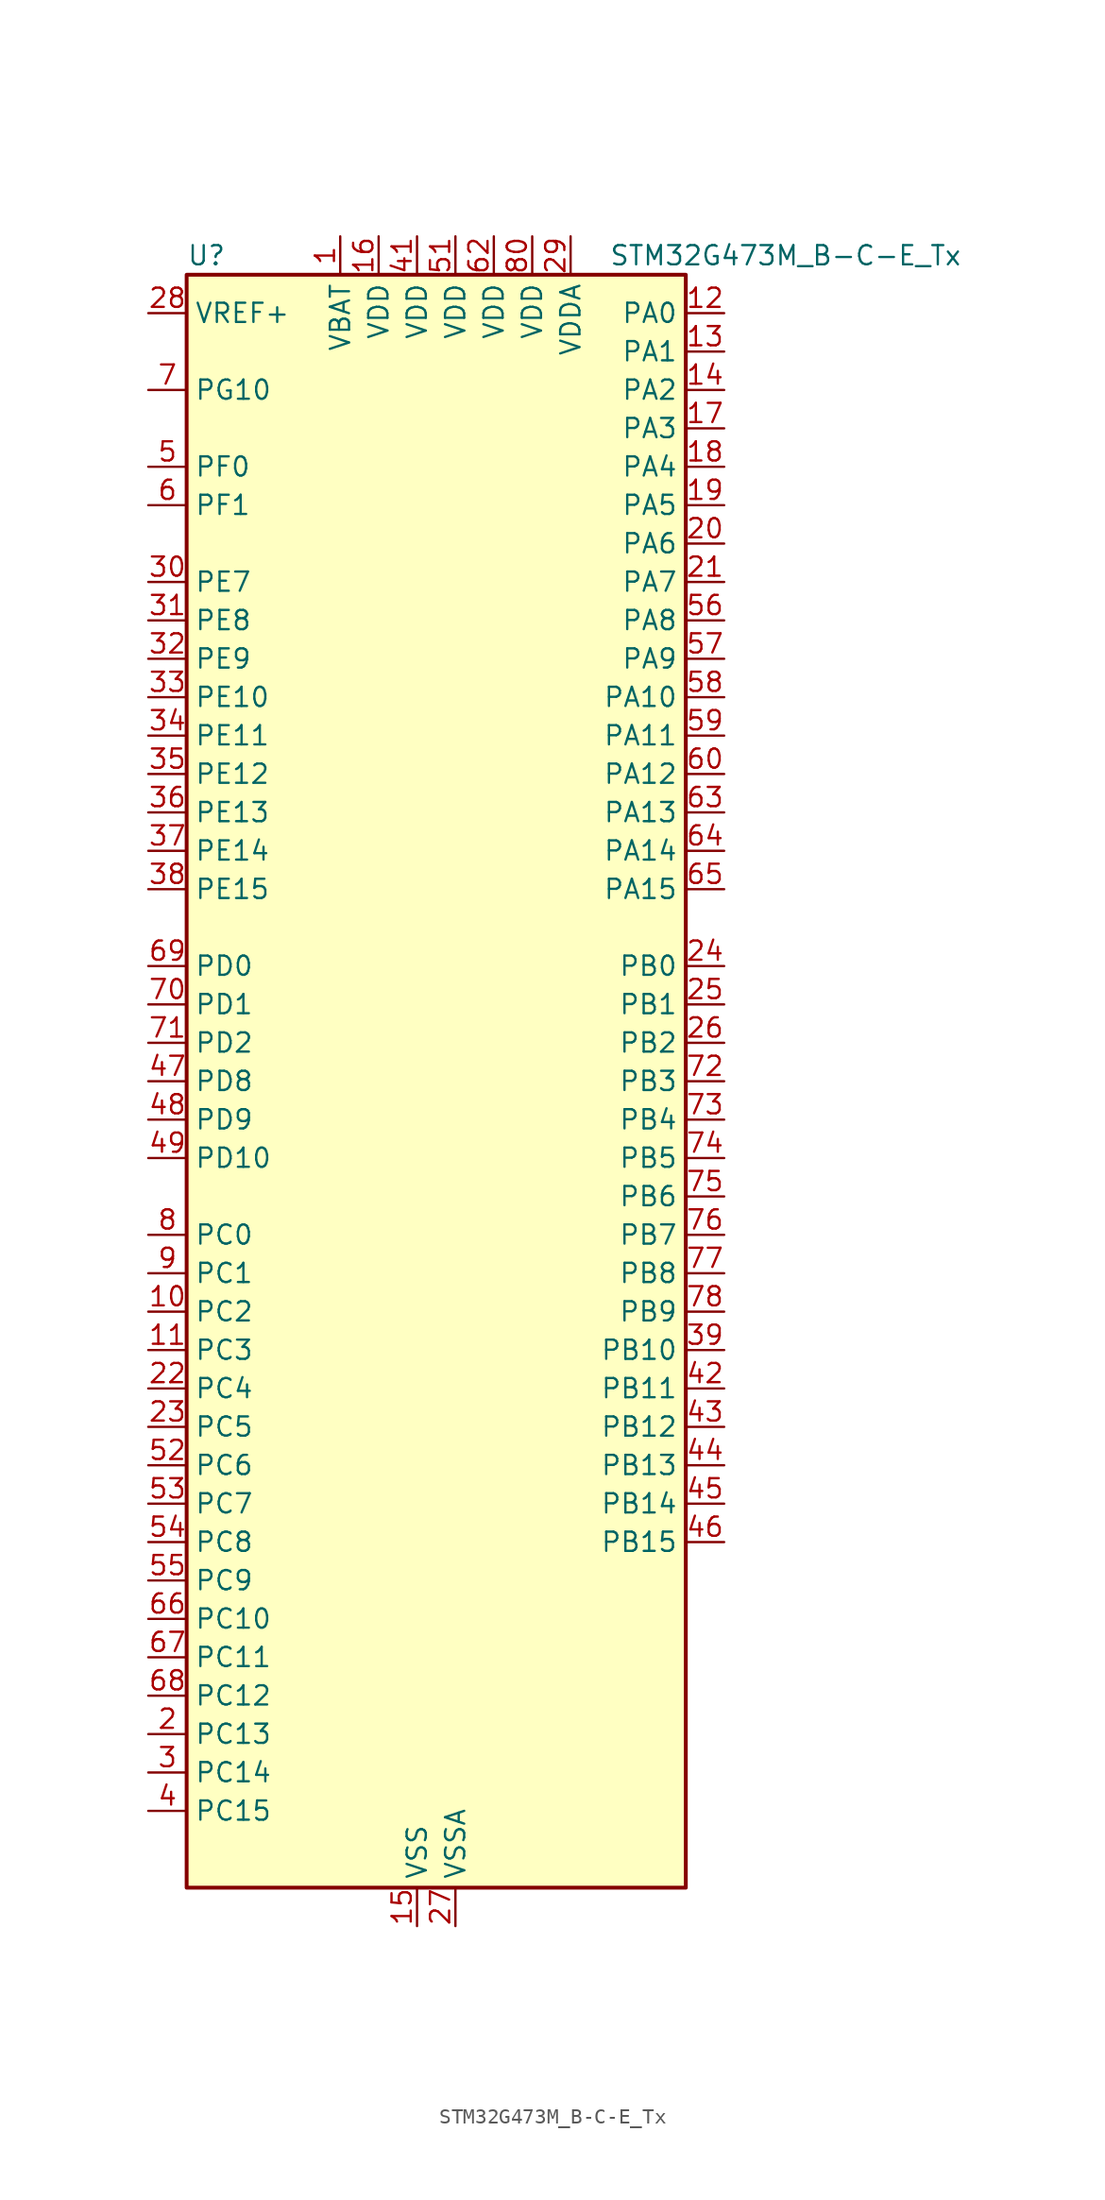
<source format=kicad_sym>
(kicad_symbol_lib
  (version 20231120)
  (generator "kicad_symbol_editor")
  (generator_version "8.0")
  (symbol "STM32G473M_B-C-E_Tx"
    (property "Reference" "U"
      (at -15.24 54.61 0)
      (effects (font (size 1.27 1.27)) (justify left)))
    (property "Value" "STM32G473M_B-C-E_Tx"
      (at 12.7 54.61 0)
      (effects (font (size 1.27 1.27)) (justify left)))
    (property "ki_locked" ""
      (at 0 0 0)
      (effects (font (size 1.27 1.27))))
    (symbol "STM32G473M_B-C-E_Tx_0_1"
      (rectangle (start -15.24 -53.34) (end 17.78 53.34) (stroke (width 0.254) (type default)) (fill (type background))))
    (symbol "STM32G473M_B-C-E_Tx_1_1"
      (pin power_in line (at -5.08 55.88 270) (length 2.54) (name "VBAT" (effects (font (size 1.27 1.27)))) (number "1" (effects (font (size 1.27 1.27)))))
      (pin bidirectional line (at -17.78 -15.24 0) (length 2.54) (name "PC2" (effects (font (size 1.27 1.27)))) (number "10" (effects (font (size 1.27 1.27)))) (alternate "ADC1_IN8" bidirectional line) (alternate "ADC2_IN8" bidirectional line) (alternate "ADC3_EXTI2" bidirectional line) (alternate "ADC4_EXTI2" bidirectional line) (alternate "ADC5_EXTI2" bidirectional line) (alternate "COMP3_OUT" bidirectional line) (alternate "LPTIM1_IN2" bidirectional line) (alternate "QUADSPI1_BK2_IO1" bidirectional line) (alternate "TIM1_CH3" bidirectional line) (alternate "TIM20_CH2" bidirectional line))
      (pin bidirectional line (at -17.78 -17.78 0) (length 2.54) (name "PC3" (effects (font (size 1.27 1.27)))) (number "11" (effects (font (size 1.27 1.27)))) (alternate "ADC1_IN9" bidirectional line) (alternate "ADC2_IN9" bidirectional line) (alternate "ADC3_EXTI3" bidirectional line) (alternate "ADC4_EXTI3" bidirectional line) (alternate "ADC5_EXTI3" bidirectional line) (alternate "LPTIM1_ETR" bidirectional line) (alternate "OPAMP5_VINP" bidirectional line) (alternate "OPAMP5_VINP_SEC" bidirectional line) (alternate "QUADSPI1_BK2_IO2" bidirectional line) (alternate "SAI1_D1" bidirectional line) (alternate "SAI1_SD_A" bidirectional line) (alternate "TIM1_BKIN2" bidirectional line) (alternate "TIM1_CH4" bidirectional line))
      (pin bidirectional line (at 20.32 50.8 180) (length 2.54) (name "PA0" (effects (font (size 1.27 1.27)))) (number "12" (effects (font (size 1.27 1.27)))) (alternate "ADC1_IN1" bidirectional line) (alternate "ADC2_IN1" bidirectional line) (alternate "COMP1_INM" bidirectional line) (alternate "COMP1_OUT" bidirectional line) (alternate "COMP3_INP" bidirectional line) (alternate "RTC_TAMP2" bidirectional line) (alternate "SYS_WKUP1" bidirectional line) (alternate "TIM2_CH1" bidirectional line) (alternate "TIM2_ETR" bidirectional line) (alternate "TIM5_CH1" bidirectional line) (alternate "TIM8_BKIN" bidirectional line) (alternate "TIM8_ETR" bidirectional line) (alternate "USART2_CTS" bidirectional line) (alternate "USART2_NSS" bidirectional line))
      (pin bidirectional line (at 20.32 48.26 180) (length 2.54) (name "PA1" (effects (font (size 1.27 1.27)))) (number "13" (effects (font (size 1.27 1.27)))) (alternate "ADC1_IN2" bidirectional line) (alternate "ADC2_IN2" bidirectional line) (alternate "COMP1_INP" bidirectional line) (alternate "OPAMP1_VINP" bidirectional line) (alternate "OPAMP1_VINP_SEC" bidirectional line) (alternate "OPAMP3_VINP" bidirectional line) (alternate "OPAMP3_VINP_SEC" bidirectional line) (alternate "OPAMP6_VINM" bidirectional line) (alternate "OPAMP6_VINM0" bidirectional line) (alternate "OPAMP6_VINM_SEC" bidirectional line) (alternate "RTC_REFIN" bidirectional line) (alternate "TIM15_CH1N" bidirectional line) (alternate "TIM2_CH2" bidirectional line) (alternate "TIM5_CH2" bidirectional line) (alternate "USART2_DE" bidirectional line) (alternate "USART2_RTS" bidirectional line))
      (pin bidirectional line (at 20.32 45.72 180) (length 2.54) (name "PA2" (effects (font (size 1.27 1.27)))) (number "14" (effects (font (size 1.27 1.27)))) (alternate "ADC1_IN3" bidirectional line) (alternate "ADC3_EXTI2" bidirectional line) (alternate "ADC4_EXTI2" bidirectional line) (alternate "ADC5_EXTI2" bidirectional line) (alternate "COMP2_INM" bidirectional line) (alternate "COMP2_OUT" bidirectional line) (alternate "LPUART1_TX" bidirectional line) (alternate "OPAMP1_VOUT" bidirectional line) (alternate "QUADSPI1_BK1_NCS" bidirectional line) (alternate "RCC_LSCO" bidirectional line) (alternate "SYS_WKUP4" bidirectional line) (alternate "TIM15_CH1" bidirectional line) (alternate "TIM2_CH3" bidirectional line) (alternate "TIM5_CH3" bidirectional line) (alternate "UCPD1_FRSTX1" bidirectional line) (alternate "UCPD1_FRSTX2" bidirectional line) (alternate "USART2_TX" bidirectional line))
      (pin power_in line (at 0 -55.88 90) (length 2.54) (name "VSS" (effects (font (size 1.27 1.27)))) (number "15" (effects (font (size 1.27 1.27)))))
      (pin power_in line (at -2.54 55.88 270) (length 2.54) (name "VDD" (effects (font (size 1.27 1.27)))) (number "16" (effects (font (size 1.27 1.27)))))
      (pin bidirectional line (at 20.32 43.18 180) (length 2.54) (name "PA3" (effects (font (size 1.27 1.27)))) (number "17" (effects (font (size 1.27 1.27)))) (alternate "ADC1_IN4" bidirectional line) (alternate "ADC3_EXTI3" bidirectional line) (alternate "ADC4_EXTI3" bidirectional line) (alternate "ADC5_EXTI3" bidirectional line) (alternate "COMP2_INP" bidirectional line) (alternate "LPUART1_RX" bidirectional line) (alternate "OPAMP1_VINM" bidirectional line) (alternate "OPAMP1_VINM0" bidirectional line) (alternate "OPAMP1_VINM_SEC" bidirectional line) (alternate "OPAMP1_VINP" bidirectional line) (alternate "OPAMP1_VINP_SEC" bidirectional line) (alternate "OPAMP5_VINM" bidirectional line) (alternate "OPAMP5_VINM1" bidirectional line) (alternate "OPAMP5_VINM_SEC" bidirectional line) (alternate "QUADSPI1_CLK" bidirectional line) (alternate "SAI1_CK1" bidirectional line) (alternate "SAI1_MCLK_A" bidirectional line) (alternate "TIM15_CH2" bidirectional line) (alternate "TIM2_CH4" bidirectional line) (alternate "TIM5_CH4" bidirectional line) (alternate "USART2_RX" bidirectional line))
      (pin bidirectional line (at 20.32 40.64 180) (length 2.54) (name "PA4" (effects (font (size 1.27 1.27)))) (number "18" (effects (font (size 1.27 1.27)))) (alternate "ADC2_IN17" bidirectional line) (alternate "COMP1_INM" bidirectional line) (alternate "DAC1_OUT1" bidirectional line) (alternate "I2S3_WS" bidirectional line) (alternate "SAI1_FS_B" bidirectional line) (alternate "SPI1_NSS" bidirectional line) (alternate "SPI3_NSS" bidirectional line) (alternate "TIM3_CH2" bidirectional line) (alternate "USART2_CK" bidirectional line))
      (pin bidirectional line (at 20.32 38.1 180) (length 2.54) (name "PA5" (effects (font (size 1.27 1.27)))) (number "19" (effects (font (size 1.27 1.27)))) (alternate "ADC2_IN13" bidirectional line) (alternate "COMP2_INM" bidirectional line) (alternate "DAC1_OUT2" bidirectional line) (alternate "OPAMP2_VINM" bidirectional line) (alternate "OPAMP2_VINM0" bidirectional line) (alternate "OPAMP2_VINM_SEC" bidirectional line) (alternate "SPI1_SCK" bidirectional line) (alternate "TIM2_CH1" bidirectional line) (alternate "TIM2_ETR" bidirectional line) (alternate "UCPD1_FRSTX1" bidirectional line) (alternate "UCPD1_FRSTX2" bidirectional line))
      (pin bidirectional line (at -17.78 -43.18 0) (length 2.54) (name "PC13" (effects (font (size 1.27 1.27)))) (number "2" (effects (font (size 1.27 1.27)))) (alternate "RTC_OUT1" bidirectional line) (alternate "RTC_TAMP1" bidirectional line) (alternate "RTC_TS" bidirectional line) (alternate "SYS_WKUP2" bidirectional line) (alternate "TIM1_BKIN" bidirectional line) (alternate "TIM1_CH1N" bidirectional line) (alternate "TIM8_CH4N" bidirectional line))
      (pin bidirectional line (at 20.32 35.56 180) (length 2.54) (name "PA6" (effects (font (size 1.27 1.27)))) (number "20" (effects (font (size 1.27 1.27)))) (alternate "ADC2_IN3" bidirectional line) (alternate "COMP1_OUT" bidirectional line) (alternate "DAC2_OUT1" bidirectional line) (alternate "LPUART1_CTS" bidirectional line) (alternate "OPAMP2_VOUT" bidirectional line) (alternate "QUADSPI1_BK1_IO3" bidirectional line) (alternate "SPI1_MISO" bidirectional line) (alternate "TIM16_CH1" bidirectional line) (alternate "TIM1_BKIN" bidirectional line) (alternate "TIM3_CH1" bidirectional line) (alternate "TIM8_BKIN" bidirectional line))
      (pin bidirectional line (at 20.32 33.02 180) (length 2.54) (name "PA7" (effects (font (size 1.27 1.27)))) (number "21" (effects (font (size 1.27 1.27)))) (alternate "ADC2_IN4" bidirectional line) (alternate "COMP2_INP" bidirectional line) (alternate "COMP2_OUT" bidirectional line) (alternate "OPAMP1_VINP" bidirectional line) (alternate "OPAMP1_VINP_SEC" bidirectional line) (alternate "OPAMP2_VINP" bidirectional line) (alternate "OPAMP2_VINP_SEC" bidirectional line) (alternate "QUADSPI1_BK1_IO2" bidirectional line) (alternate "SPI1_MOSI" bidirectional line) (alternate "TIM17_CH1" bidirectional line) (alternate "TIM1_CH1N" bidirectional line) (alternate "TIM3_CH2" bidirectional line) (alternate "TIM8_CH1N" bidirectional line) (alternate "UCPD1_FRSTX1" bidirectional line) (alternate "UCPD1_FRSTX2" bidirectional line))
      (pin bidirectional line (at -17.78 -20.32 0) (length 2.54) (name "PC4" (effects (font (size 1.27 1.27)))) (number "22" (effects (font (size 1.27 1.27)))) (alternate "ADC2_IN5" bidirectional line) (alternate "I2C2_SCL" bidirectional line) (alternate "QUADSPI1_BK2_IO3" bidirectional line) (alternate "TIM1_ETR" bidirectional line) (alternate "USART1_TX" bidirectional line))
      (pin bidirectional line (at -17.78 -22.86 0) (length 2.54) (name "PC5" (effects (font (size 1.27 1.27)))) (number "23" (effects (font (size 1.27 1.27)))) (alternate "ADC2_IN11" bidirectional line) (alternate "OPAMP1_VINM" bidirectional line) (alternate "OPAMP1_VINM1" bidirectional line) (alternate "OPAMP1_VINM_SEC" bidirectional line) (alternate "OPAMP2_VINM" bidirectional line) (alternate "OPAMP2_VINM1" bidirectional line) (alternate "OPAMP2_VINM_SEC" bidirectional line) (alternate "SAI1_D3" bidirectional line) (alternate "SYS_WKUP5" bidirectional line) (alternate "TIM15_BKIN" bidirectional line) (alternate "TIM1_CH4N" bidirectional line) (alternate "USART1_RX" bidirectional line))
      (pin bidirectional line (at 20.32 7.62 180) (length 2.54) (name "PB0" (effects (font (size 1.27 1.27)))) (number "24" (effects (font (size 1.27 1.27)))) (alternate "ADC1_IN15" bidirectional line) (alternate "ADC3_IN12" bidirectional line) (alternate "COMP4_INP" bidirectional line) (alternate "OPAMP2_VINP" bidirectional line) (alternate "OPAMP2_VINP_SEC" bidirectional line) (alternate "OPAMP3_VINP" bidirectional line) (alternate "OPAMP3_VINP_SEC" bidirectional line) (alternate "QUADSPI1_BK1_IO1" bidirectional line) (alternate "TIM1_CH2N" bidirectional line) (alternate "TIM3_CH3" bidirectional line) (alternate "TIM8_CH2N" bidirectional line) (alternate "UCPD1_FRSTX1" bidirectional line) (alternate "UCPD1_FRSTX2" bidirectional line))
      (pin bidirectional line (at 20.32 5.08 180) (length 2.54) (name "PB1" (effects (font (size 1.27 1.27)))) (number "25" (effects (font (size 1.27 1.27)))) (alternate "ADC1_IN12" bidirectional line) (alternate "ADC3_IN1" bidirectional line) (alternate "COMP1_INP" bidirectional line) (alternate "COMP4_OUT" bidirectional line) (alternate "LPUART1_DE" bidirectional line) (alternate "LPUART1_RTS" bidirectional line) (alternate "OPAMP3_VOUT" bidirectional line) (alternate "OPAMP6_VINM" bidirectional line) (alternate "OPAMP6_VINM1" bidirectional line) (alternate "OPAMP6_VINM_SEC" bidirectional line) (alternate "QUADSPI1_BK1_IO0" bidirectional line) (alternate "TIM1_CH3N" bidirectional line) (alternate "TIM3_CH4" bidirectional line) (alternate "TIM8_CH3N" bidirectional line))
      (pin bidirectional line (at 20.32 2.54 180) (length 2.54) (name "PB2" (effects (font (size 1.27 1.27)))) (number "26" (effects (font (size 1.27 1.27)))) (alternate "ADC2_IN12" bidirectional line) (alternate "ADC3_EXTI2" bidirectional line) (alternate "ADC4_EXTI2" bidirectional line) (alternate "ADC5_EXTI2" bidirectional line) (alternate "COMP4_INM" bidirectional line) (alternate "I2C3_SMBA" bidirectional line) (alternate "LPTIM1_OUT" bidirectional line) (alternate "OPAMP3_VINM" bidirectional line) (alternate "OPAMP3_VINM0" bidirectional line) (alternate "OPAMP3_VINM_SEC" bidirectional line) (alternate "QUADSPI1_BK2_IO1" bidirectional line) (alternate "RTC_OUT2" bidirectional line) (alternate "TIM20_CH1" bidirectional line) (alternate "TIM5_CH1" bidirectional line))
      (pin power_in line (at 2.54 -55.88 90) (length 2.54) (name "VSSA" (effects (font (size 1.27 1.27)))) (number "27" (effects (font (size 1.27 1.27)))))
      (pin input line (at -17.78 50.8 0) (length 2.54) (name "VREF+" (effects (font (size 1.27 1.27)))) (number "28" (effects (font (size 1.27 1.27)))) (alternate "VREFBUF_OUT" bidirectional line))
      (pin power_in line (at 10.16 55.88 270) (length 2.54) (name "VDDA" (effects (font (size 1.27 1.27)))) (number "29" (effects (font (size 1.27 1.27)))))
      (pin bidirectional line (at -17.78 -45.72 0) (length 2.54) (name "PC14" (effects (font (size 1.27 1.27)))) (number "3" (effects (font (size 1.27 1.27)))) (alternate "RCC_OSC32_IN" bidirectional line))
      (pin bidirectional line (at -17.78 33.02 0) (length 2.54) (name "PE7" (effects (font (size 1.27 1.27)))) (number "30" (effects (font (size 1.27 1.27)))) (alternate "ADC3_IN4" bidirectional line) (alternate "COMP4_INP" bidirectional line) (alternate "SAI1_SD_B" bidirectional line) (alternate "TIM1_ETR" bidirectional line))
      (pin bidirectional line (at -17.78 30.48 0) (length 2.54) (name "PE8" (effects (font (size 1.27 1.27)))) (number "31" (effects (font (size 1.27 1.27)))) (alternate "ADC3_IN6" bidirectional line) (alternate "ADC4_IN6" bidirectional line) (alternate "ADC5_IN6" bidirectional line) (alternate "COMP4_INM" bidirectional line) (alternate "SAI1_SCK_B" bidirectional line) (alternate "TIM1_CH1N" bidirectional line) (alternate "TIM5_CH3" bidirectional line))
      (pin bidirectional line (at -17.78 27.94 0) (length 2.54) (name "PE9" (effects (font (size 1.27 1.27)))) (number "32" (effects (font (size 1.27 1.27)))) (alternate "ADC3_IN2" bidirectional line) (alternate "DAC1_EXTI9" bidirectional line) (alternate "DAC2_EXTI9" bidirectional line) (alternate "DAC3_EXTI9" bidirectional line) (alternate "DAC4_EXTI9" bidirectional line) (alternate "SAI1_FS_B" bidirectional line) (alternate "TIM1_CH1" bidirectional line) (alternate "TIM5_CH4" bidirectional line))
      (pin bidirectional line (at -17.78 25.4 0) (length 2.54) (name "PE10" (effects (font (size 1.27 1.27)))) (number "33" (effects (font (size 1.27 1.27)))) (alternate "ADC3_IN14" bidirectional line) (alternate "ADC4_IN14" bidirectional line) (alternate "ADC5_IN14" bidirectional line) (alternate "DAC1_EXTI10" bidirectional line) (alternate "DAC2_EXTI10" bidirectional line) (alternate "DAC3_EXTI10" bidirectional line) (alternate "DAC4_EXTI10" bidirectional line) (alternate "QUADSPI1_CLK" bidirectional line) (alternate "SAI1_MCLK_B" bidirectional line) (alternate "TIM1_CH2N" bidirectional line))
      (pin bidirectional line (at -17.78 22.86 0) (length 2.54) (name "PE11" (effects (font (size 1.27 1.27)))) (number "34" (effects (font (size 1.27 1.27)))) (alternate "ADC1_EXTI11" bidirectional line) (alternate "ADC2_EXTI11" bidirectional line) (alternate "ADC3_IN15" bidirectional line) (alternate "ADC4_IN15" bidirectional line) (alternate "ADC5_IN15" bidirectional line) (alternate "QUADSPI1_BK1_NCS" bidirectional line) (alternate "SPI4_NSS" bidirectional line) (alternate "TIM1_CH2" bidirectional line))
      (pin bidirectional line (at -17.78 20.32 0) (length 2.54) (name "PE12" (effects (font (size 1.27 1.27)))) (number "35" (effects (font (size 1.27 1.27)))) (alternate "ADC3_IN16" bidirectional line) (alternate "ADC4_IN16" bidirectional line) (alternate "ADC5_IN16" bidirectional line) (alternate "QUADSPI1_BK1_IO0" bidirectional line) (alternate "SPI4_SCK" bidirectional line) (alternate "TIM1_CH3N" bidirectional line))
      (pin bidirectional line (at -17.78 17.78 0) (length 2.54) (name "PE13" (effects (font (size 1.27 1.27)))) (number "36" (effects (font (size 1.27 1.27)))) (alternate "ADC3_IN3" bidirectional line) (alternate "QUADSPI1_BK1_IO1" bidirectional line) (alternate "SPI4_MISO" bidirectional line) (alternate "TIM1_CH3" bidirectional line))
      (pin bidirectional line (at -17.78 15.24 0) (length 2.54) (name "PE14" (effects (font (size 1.27 1.27)))) (number "37" (effects (font (size 1.27 1.27)))) (alternate "ADC4_IN1" bidirectional line) (alternate "QUADSPI1_BK1_IO2" bidirectional line) (alternate "SPI4_MOSI" bidirectional line) (alternate "TIM1_BKIN2" bidirectional line) (alternate "TIM1_CH4" bidirectional line))
      (pin bidirectional line (at -17.78 12.7 0) (length 2.54) (name "PE15" (effects (font (size 1.27 1.27)))) (number "38" (effects (font (size 1.27 1.27)))) (alternate "ADC1_EXTI15" bidirectional line) (alternate "ADC2_EXTI15" bidirectional line) (alternate "ADC4_IN2" bidirectional line) (alternate "QUADSPI1_BK1_IO3" bidirectional line) (alternate "TIM1_BKIN" bidirectional line) (alternate "TIM1_CH4N" bidirectional line) (alternate "USART3_RX" bidirectional line))
      (pin bidirectional line (at 20.32 -17.78 180) (length 2.54) (name "PB10" (effects (font (size 1.27 1.27)))) (number "39" (effects (font (size 1.27 1.27)))) (alternate "COMP5_INM" bidirectional line) (alternate "DAC1_EXTI10" bidirectional line) (alternate "DAC2_EXTI10" bidirectional line) (alternate "DAC3_EXTI10" bidirectional line) (alternate "DAC4_EXTI10" bidirectional line) (alternate "LPUART1_RX" bidirectional line) (alternate "OPAMP3_VINM" bidirectional line) (alternate "OPAMP3_VINM1" bidirectional line) (alternate "OPAMP3_VINM_SEC" bidirectional line) (alternate "OPAMP4_VINM" bidirectional line) (alternate "OPAMP4_VINM0" bidirectional line) (alternate "OPAMP4_VINM_SEC" bidirectional line) (alternate "QUADSPI1_CLK" bidirectional line) (alternate "SAI1_SCK_A" bidirectional line) (alternate "TIM1_BKIN" bidirectional line) (alternate "TIM2_CH3" bidirectional line) (alternate "USART3_TX" bidirectional line))
      (pin bidirectional line (at -17.78 -48.26 0) (length 2.54) (name "PC15" (effects (font (size 1.27 1.27)))) (number "4" (effects (font (size 1.27 1.27)))) (alternate "ADC1_EXTI15" bidirectional line) (alternate "ADC2_EXTI15" bidirectional line) (alternate "RCC_OSC32_OUT" bidirectional line))
      (pin passive line (at 0 -55.88 90) (length 2.54) hide (name "VSS" (effects (font (size 1.27 1.27)))) (number "40" (effects (font (size 1.27 1.27)))))
      (pin power_in line (at 0 55.88 270) (length 2.54) (name "VDD" (effects (font (size 1.27 1.27)))) (number "41" (effects (font (size 1.27 1.27)))))
      (pin bidirectional line (at 20.32 -20.32 180) (length 2.54) (name "PB11" (effects (font (size 1.27 1.27)))) (number "42" (effects (font (size 1.27 1.27)))) (alternate "ADC1_EXTI11" bidirectional line) (alternate "ADC1_IN14" bidirectional line) (alternate "ADC2_EXTI11" bidirectional line) (alternate "ADC2_IN14" bidirectional line) (alternate "COMP6_INP" bidirectional line) (alternate "LPUART1_TX" bidirectional line) (alternate "OPAMP4_VINP" bidirectional line) (alternate "OPAMP4_VINP_SEC" bidirectional line) (alternate "OPAMP6_VOUT" bidirectional line) (alternate "QUADSPI1_BK1_NCS" bidirectional line) (alternate "TIM2_CH4" bidirectional line) (alternate "USART3_RX" bidirectional line))
      (pin bidirectional line (at 20.32 -22.86 180) (length 2.54) (name "PB12" (effects (font (size 1.27 1.27)))) (number "43" (effects (font (size 1.27 1.27)))) (alternate "ADC1_IN11" bidirectional line) (alternate "ADC4_IN3" bidirectional line) (alternate "COMP7_INM" bidirectional line) (alternate "FDCAN2_RX" bidirectional line) (alternate "I2C2_SMBA" bidirectional line) (alternate "I2S2_WS" bidirectional line) (alternate "LPUART1_DE" bidirectional line) (alternate "LPUART1_RTS" bidirectional line) (alternate "OPAMP4_VOUT" bidirectional line) (alternate "OPAMP6_VINP" bidirectional line) (alternate "OPAMP6_VINP_SEC" bidirectional line) (alternate "SPI2_NSS" bidirectional line) (alternate "TIM1_BKIN" bidirectional line) (alternate "TIM5_ETR" bidirectional line) (alternate "USART3_CK" bidirectional line))
      (pin bidirectional line (at 20.32 -25.4 180) (length 2.54) (name "PB13" (effects (font (size 1.27 1.27)))) (number "44" (effects (font (size 1.27 1.27)))) (alternate "ADC3_IN5" bidirectional line) (alternate "COMP5_INP" bidirectional line) (alternate "FDCAN2_TX" bidirectional line) (alternate "I2S2_CK" bidirectional line) (alternate "LPUART1_CTS" bidirectional line) (alternate "OPAMP3_VINP" bidirectional line) (alternate "OPAMP3_VINP_SEC" bidirectional line) (alternate "OPAMP4_VINP" bidirectional line) (alternate "OPAMP4_VINP_SEC" bidirectional line) (alternate "OPAMP6_VINP" bidirectional line) (alternate "OPAMP6_VINP_SEC" bidirectional line) (alternate "SPI2_SCK" bidirectional line) (alternate "TIM1_CH1N" bidirectional line) (alternate "USART3_CTS" bidirectional line) (alternate "USART3_NSS" bidirectional line))
      (pin bidirectional line (at 20.32 -27.94 180) (length 2.54) (name "PB14" (effects (font (size 1.27 1.27)))) (number "45" (effects (font (size 1.27 1.27)))) (alternate "ADC1_IN5" bidirectional line) (alternate "ADC4_IN4" bidirectional line) (alternate "COMP4_OUT" bidirectional line) (alternate "COMP7_INP" bidirectional line) (alternate "OPAMP2_VINP" bidirectional line) (alternate "OPAMP2_VINP_SEC" bidirectional line) (alternate "OPAMP5_VINP" bidirectional line) (alternate "OPAMP5_VINP_SEC" bidirectional line) (alternate "SPI2_MISO" bidirectional line) (alternate "TIM15_CH1" bidirectional line) (alternate "TIM1_CH2N" bidirectional line) (alternate "USART3_DE" bidirectional line) (alternate "USART3_RTS" bidirectional line))
      (pin bidirectional line (at 20.32 -30.48 180) (length 2.54) (name "PB15" (effects (font (size 1.27 1.27)))) (number "46" (effects (font (size 1.27 1.27)))) (alternate "ADC1_EXTI15" bidirectional line) (alternate "ADC2_EXTI15" bidirectional line) (alternate "ADC2_IN15" bidirectional line) (alternate "ADC4_IN5" bidirectional line) (alternate "COMP3_OUT" bidirectional line) (alternate "COMP6_INM" bidirectional line) (alternate "I2S2_SD" bidirectional line) (alternate "OPAMP5_VINM" bidirectional line) (alternate "OPAMP5_VINM0" bidirectional line) (alternate "OPAMP5_VINM_SEC" bidirectional line) (alternate "RTC_REFIN" bidirectional line) (alternate "SPI2_MOSI" bidirectional line) (alternate "TIM15_CH1N" bidirectional line) (alternate "TIM15_CH2" bidirectional line) (alternate "TIM1_CH3N" bidirectional line))
      (pin bidirectional line (at -17.78 0 0) (length 2.54) (name "PD8" (effects (font (size 1.27 1.27)))) (number "47" (effects (font (size 1.27 1.27)))) (alternate "ADC4_IN12" bidirectional line) (alternate "ADC5_IN12" bidirectional line) (alternate "OPAMP4_VINM" bidirectional line) (alternate "OPAMP4_VINM1" bidirectional line) (alternate "OPAMP4_VINM_SEC" bidirectional line) (alternate "USART3_TX" bidirectional line))
      (pin bidirectional line (at -17.78 -2.54 0) (length 2.54) (name "PD9" (effects (font (size 1.27 1.27)))) (number "48" (effects (font (size 1.27 1.27)))) (alternate "ADC4_IN13" bidirectional line) (alternate "ADC5_IN13" bidirectional line) (alternate "DAC1_EXTI9" bidirectional line) (alternate "DAC2_EXTI9" bidirectional line) (alternate "DAC3_EXTI9" bidirectional line) (alternate "DAC4_EXTI9" bidirectional line) (alternate "OPAMP6_VINP" bidirectional line) (alternate "OPAMP6_VINP_SEC" bidirectional line) (alternate "USART3_RX" bidirectional line))
      (pin bidirectional line (at -17.78 -5.08 0) (length 2.54) (name "PD10" (effects (font (size 1.27 1.27)))) (number "49" (effects (font (size 1.27 1.27)))) (alternate "ADC3_IN7" bidirectional line) (alternate "ADC4_IN7" bidirectional line) (alternate "ADC5_IN7" bidirectional line) (alternate "COMP6_INM" bidirectional line) (alternate "DAC1_EXTI10" bidirectional line) (alternate "DAC2_EXTI10" bidirectional line) (alternate "DAC3_EXTI10" bidirectional line) (alternate "DAC4_EXTI10" bidirectional line) (alternate "USART3_CK" bidirectional line))
      (pin bidirectional line (at -17.78 40.64 0) (length 2.54) (name "PF0" (effects (font (size 1.27 1.27)))) (number "5" (effects (font (size 1.27 1.27)))) (alternate "ADC1_IN10" bidirectional line) (alternate "I2C2_SDA" bidirectional line) (alternate "I2S2_WS" bidirectional line) (alternate "RCC_OSC_IN" bidirectional line) (alternate "SPI2_NSS" bidirectional line) (alternate "TIM1_CH3N" bidirectional line))
      (pin passive line (at 0 -55.88 90) (length 2.54) hide (name "VSS" (effects (font (size 1.27 1.27)))) (number "50" (effects (font (size 1.27 1.27)))))
      (pin power_in line (at 2.54 55.88 270) (length 2.54) (name "VDD" (effects (font (size 1.27 1.27)))) (number "51" (effects (font (size 1.27 1.27)))))
      (pin bidirectional line (at -17.78 -25.4 0) (length 2.54) (name "PC6" (effects (font (size 1.27 1.27)))) (number "52" (effects (font (size 1.27 1.27)))) (alternate "COMP6_OUT" bidirectional line) (alternate "I2C4_SCL" bidirectional line) (alternate "I2S2_MCK" bidirectional line) (alternate "TIM3_CH1" bidirectional line) (alternate "TIM8_CH1" bidirectional line))
      (pin bidirectional line (at -17.78 -27.94 0) (length 2.54) (name "PC7" (effects (font (size 1.27 1.27)))) (number "53" (effects (font (size 1.27 1.27)))) (alternate "COMP5_OUT" bidirectional line) (alternate "I2C4_SDA" bidirectional line) (alternate "I2S3_MCK" bidirectional line) (alternate "TIM3_CH2" bidirectional line) (alternate "TIM8_CH2" bidirectional line))
      (pin bidirectional line (at -17.78 -30.48 0) (length 2.54) (name "PC8" (effects (font (size 1.27 1.27)))) (number "54" (effects (font (size 1.27 1.27)))) (alternate "COMP7_OUT" bidirectional line) (alternate "I2C3_SCL" bidirectional line) (alternate "TIM20_CH3" bidirectional line) (alternate "TIM3_CH3" bidirectional line) (alternate "TIM8_CH3" bidirectional line))
      (pin bidirectional line (at -17.78 -33.02 0) (length 2.54) (name "PC9" (effects (font (size 1.27 1.27)))) (number "55" (effects (font (size 1.27 1.27)))) (alternate "DAC1_EXTI9" bidirectional line) (alternate "DAC2_EXTI9" bidirectional line) (alternate "DAC3_EXTI9" bidirectional line) (alternate "DAC4_EXTI9" bidirectional line) (alternate "I2C3_SDA" bidirectional line) (alternate "I2S_CKIN" bidirectional line) (alternate "TIM3_CH4" bidirectional line) (alternate "TIM8_BKIN2" bidirectional line) (alternate "TIM8_CH4" bidirectional line))
      (pin bidirectional line (at 20.32 30.48 180) (length 2.54) (name "PA8" (effects (font (size 1.27 1.27)))) (number "56" (effects (font (size 1.27 1.27)))) (alternate "ADC5_IN1" bidirectional line) (alternate "COMP7_OUT" bidirectional line) (alternate "FDCAN3_RX" bidirectional line) (alternate "I2C2_SDA" bidirectional line) (alternate "I2C3_SCL" bidirectional line) (alternate "I2S2_MCK" bidirectional line) (alternate "OPAMP5_VOUT" bidirectional line) (alternate "RCC_MCO" bidirectional line) (alternate "SAI1_CK2" bidirectional line) (alternate "SAI1_SCK_A" bidirectional line) (alternate "TIM1_CH1" bidirectional line) (alternate "TIM4_ETR" bidirectional line) (alternate "USART1_CK" bidirectional line))
      (pin bidirectional line (at 20.32 27.94 180) (length 2.54) (name "PA9" (effects (font (size 1.27 1.27)))) (number "57" (effects (font (size 1.27 1.27)))) (alternate "ADC5_IN2" bidirectional line) (alternate "COMP5_OUT" bidirectional line) (alternate "DAC1_EXTI9" bidirectional line) (alternate "DAC2_EXTI9" bidirectional line) (alternate "DAC3_EXTI9" bidirectional line) (alternate "DAC4_EXTI9" bidirectional line) (alternate "I2C2_SCL" bidirectional line) (alternate "I2C3_SMBA" bidirectional line) (alternate "I2S3_MCK" bidirectional line) (alternate "SAI1_FS_A" bidirectional line) (alternate "TIM15_BKIN" bidirectional line) (alternate "TIM1_CH2" bidirectional line) (alternate "TIM2_CH3" bidirectional line) (alternate "UCPD1_DBCC1" bidirectional line) (alternate "USART1_TX" bidirectional line))
      (pin bidirectional line (at 20.32 25.4 180) (length 2.54) (name "PA10" (effects (font (size 1.27 1.27)))) (number "58" (effects (font (size 1.27 1.27)))) (alternate "COMP6_OUT" bidirectional line) (alternate "CRS_SYNC" bidirectional line) (alternate "DAC1_EXTI10" bidirectional line) (alternate "DAC2_EXTI10" bidirectional line) (alternate "DAC3_EXTI10" bidirectional line) (alternate "DAC4_EXTI10" bidirectional line) (alternate "I2C2_SMBA" bidirectional line) (alternate "SAI1_D1" bidirectional line) (alternate "SAI1_SD_A" bidirectional line) (alternate "SPI2_MISO" bidirectional line) (alternate "TIM17_BKIN" bidirectional line) (alternate "TIM1_CH3" bidirectional line) (alternate "TIM2_CH4" bidirectional line) (alternate "TIM8_BKIN" bidirectional line) (alternate "UCPD1_DBCC2" bidirectional line) (alternate "USART1_RX" bidirectional line))
      (pin bidirectional line (at 20.32 22.86 180) (length 2.54) (name "PA11" (effects (font (size 1.27 1.27)))) (number "59" (effects (font (size 1.27 1.27)))) (alternate "ADC1_EXTI11" bidirectional line) (alternate "ADC2_EXTI11" bidirectional line) (alternate "COMP1_OUT" bidirectional line) (alternate "FDCAN1_RX" bidirectional line) (alternate "I2S2_SD" bidirectional line) (alternate "SPI2_MOSI" bidirectional line) (alternate "TIM1_BKIN2" bidirectional line) (alternate "TIM1_CH1N" bidirectional line) (alternate "TIM1_CH4" bidirectional line) (alternate "TIM4_CH1" bidirectional line) (alternate "USART1_CTS" bidirectional line) (alternate "USART1_NSS" bidirectional line) (alternate "USB_DM" bidirectional line))
      (pin bidirectional line (at -17.78 38.1 0) (length 2.54) (name "PF1" (effects (font (size 1.27 1.27)))) (number "6" (effects (font (size 1.27 1.27)))) (alternate "ADC2_IN10" bidirectional line) (alternate "COMP3_INM" bidirectional line) (alternate "I2S2_CK" bidirectional line) (alternate "RCC_OSC_OUT" bidirectional line) (alternate "SPI2_SCK" bidirectional line))
      (pin bidirectional line (at 20.32 20.32 180) (length 2.54) (name "PA12" (effects (font (size 1.27 1.27)))) (number "60" (effects (font (size 1.27 1.27)))) (alternate "COMP2_OUT" bidirectional line) (alternate "FDCAN1_TX" bidirectional line) (alternate "I2S_CKIN" bidirectional line) (alternate "TIM16_CH1" bidirectional line) (alternate "TIM1_CH2N" bidirectional line) (alternate "TIM1_ETR" bidirectional line) (alternate "TIM4_CH2" bidirectional line) (alternate "USART1_DE" bidirectional line) (alternate "USART1_RTS" bidirectional line) (alternate "USB_DP" bidirectional line))
      (pin passive line (at 0 -55.88 90) (length 2.54) hide (name "VSS" (effects (font (size 1.27 1.27)))) (number "61" (effects (font (size 1.27 1.27)))))
      (pin power_in line (at 5.08 55.88 270) (length 2.54) (name "VDD" (effects (font (size 1.27 1.27)))) (number "62" (effects (font (size 1.27 1.27)))))
      (pin bidirectional line (at 20.32 17.78 180) (length 2.54) (name "PA13" (effects (font (size 1.27 1.27)))) (number "63" (effects (font (size 1.27 1.27)))) (alternate "I2C1_SCL" bidirectional line) (alternate "I2C4_SCL" bidirectional line) (alternate "IR_OUT" bidirectional line) (alternate "SAI1_SD_B" bidirectional line) (alternate "SYS_JTMS-SWDIO" bidirectional line) (alternate "TIM16_CH1N" bidirectional line) (alternate "TIM4_CH3" bidirectional line) (alternate "USART3_CTS" bidirectional line) (alternate "USART3_NSS" bidirectional line))
      (pin bidirectional line (at 20.32 15.24 180) (length 2.54) (name "PA14" (effects (font (size 1.27 1.27)))) (number "64" (effects (font (size 1.27 1.27)))) (alternate "I2C1_SDA" bidirectional line) (alternate "I2C4_SMBA" bidirectional line) (alternate "LPTIM1_OUT" bidirectional line) (alternate "SAI1_FS_B" bidirectional line) (alternate "SYS_JTCK-SWCLK" bidirectional line) (alternate "TIM1_BKIN" bidirectional line) (alternate "TIM8_CH2" bidirectional line) (alternate "USART2_TX" bidirectional line))
      (pin bidirectional line (at 20.32 12.7 180) (length 2.54) (name "PA15" (effects (font (size 1.27 1.27)))) (number "65" (effects (font (size 1.27 1.27)))) (alternate "ADC1_EXTI15" bidirectional line) (alternate "ADC2_EXTI15" bidirectional line) (alternate "FDCAN3_TX" bidirectional line) (alternate "I2C1_SCL" bidirectional line) (alternate "I2S3_WS" bidirectional line) (alternate "SPI1_NSS" bidirectional line) (alternate "SPI3_NSS" bidirectional line) (alternate "SYS_JTDI" bidirectional line) (alternate "TIM1_BKIN" bidirectional line) (alternate "TIM2_CH1" bidirectional line) (alternate "TIM2_ETR" bidirectional line) (alternate "TIM8_CH1" bidirectional line) (alternate "UART4_DE" bidirectional line) (alternate "UART4_RTS" bidirectional line) (alternate "USART2_RX" bidirectional line))
      (pin bidirectional line (at -17.78 -35.56 0) (length 2.54) (name "PC10" (effects (font (size 1.27 1.27)))) (number "66" (effects (font (size 1.27 1.27)))) (alternate "DAC1_EXTI10" bidirectional line) (alternate "DAC2_EXTI10" bidirectional line) (alternate "DAC3_EXTI10" bidirectional line) (alternate "DAC4_EXTI10" bidirectional line) (alternate "I2S3_CK" bidirectional line) (alternate "SPI3_SCK" bidirectional line) (alternate "TIM8_CH1N" bidirectional line) (alternate "UART4_TX" bidirectional line) (alternate "USART3_TX" bidirectional line))
      (pin bidirectional line (at -17.78 -38.1 0) (length 2.54) (name "PC11" (effects (font (size 1.27 1.27)))) (number "67" (effects (font (size 1.27 1.27)))) (alternate "ADC1_EXTI11" bidirectional line) (alternate "ADC2_EXTI11" bidirectional line) (alternate "I2C3_SDA" bidirectional line) (alternate "SPI3_MISO" bidirectional line) (alternate "TIM8_CH2N" bidirectional line) (alternate "UART4_RX" bidirectional line) (alternate "USART3_RX" bidirectional line))
      (pin bidirectional line (at -17.78 -40.64 0) (length 2.54) (name "PC12" (effects (font (size 1.27 1.27)))) (number "68" (effects (font (size 1.27 1.27)))) (alternate "I2S3_SD" bidirectional line) (alternate "SPI3_MOSI" bidirectional line) (alternate "TIM5_CH2" bidirectional line) (alternate "TIM8_CH3N" bidirectional line) (alternate "UART5_TX" bidirectional line) (alternate "UCPD1_FRSTX1" bidirectional line) (alternate "UCPD1_FRSTX2" bidirectional line) (alternate "USART3_CK" bidirectional line))
      (pin bidirectional line (at -17.78 7.62 0) (length 2.54) (name "PD0" (effects (font (size 1.27 1.27)))) (number "69" (effects (font (size 1.27 1.27)))) (alternate "FDCAN1_RX" bidirectional line) (alternate "TIM8_CH4N" bidirectional line))
      (pin bidirectional line (at -17.78 45.72 0) (length 2.54) (name "PG10" (effects (font (size 1.27 1.27)))) (number "7" (effects (font (size 1.27 1.27)))) (alternate "DAC1_EXTI10" bidirectional line) (alternate "DAC2_EXTI10" bidirectional line) (alternate "DAC3_EXTI10" bidirectional line) (alternate "DAC4_EXTI10" bidirectional line) (alternate "RCC_MCO" bidirectional line))
      (pin bidirectional line (at -17.78 5.08 0) (length 2.54) (name "PD1" (effects (font (size 1.27 1.27)))) (number "70" (effects (font (size 1.27 1.27)))) (alternate "FDCAN1_TX" bidirectional line) (alternate "TIM8_BKIN2" bidirectional line) (alternate "TIM8_CH4" bidirectional line))
      (pin bidirectional line (at -17.78 2.54 0) (length 2.54) (name "PD2" (effects (font (size 1.27 1.27)))) (number "71" (effects (font (size 1.27 1.27)))) (alternate "ADC3_EXTI2" bidirectional line) (alternate "ADC4_EXTI2" bidirectional line) (alternate "ADC5_EXTI2" bidirectional line) (alternate "TIM3_ETR" bidirectional line) (alternate "TIM8_BKIN" bidirectional line) (alternate "UART5_RX" bidirectional line))
      (pin bidirectional line (at 20.32 0 180) (length 2.54) (name "PB3" (effects (font (size 1.27 1.27)))) (number "72" (effects (font (size 1.27 1.27)))) (alternate "ADC3_EXTI3" bidirectional line) (alternate "ADC4_EXTI3" bidirectional line) (alternate "ADC5_EXTI3" bidirectional line) (alternate "CRS_SYNC" bidirectional line) (alternate "FDCAN3_RX" bidirectional line) (alternate "I2S3_CK" bidirectional line) (alternate "SAI1_SCK_B" bidirectional line) (alternate "SPI1_SCK" bidirectional line) (alternate "SPI3_SCK" bidirectional line) (alternate "SYS_JTDO-SWO" bidirectional line) (alternate "TIM2_CH2" bidirectional line) (alternate "TIM3_ETR" bidirectional line) (alternate "TIM4_ETR" bidirectional line) (alternate "TIM8_CH1N" bidirectional line) (alternate "USART2_TX" bidirectional line))
      (pin bidirectional line (at 20.32 -2.54 180) (length 2.54) (name "PB4" (effects (font (size 1.27 1.27)))) (number "73" (effects (font (size 1.27 1.27)))) (alternate "FDCAN3_TX" bidirectional line) (alternate "SAI1_MCLK_B" bidirectional line) (alternate "SPI1_MISO" bidirectional line) (alternate "SPI3_MISO" bidirectional line) (alternate "SYS_JTRST" bidirectional line) (alternate "TIM16_CH1" bidirectional line) (alternate "TIM17_BKIN" bidirectional line) (alternate "TIM3_CH1" bidirectional line) (alternate "TIM8_CH2N" bidirectional line) (alternate "UART5_DE" bidirectional line) (alternate "UART5_RTS" bidirectional line) (alternate "UCPD1_CC2" bidirectional line) (alternate "USART2_RX" bidirectional line))
      (pin bidirectional line (at 20.32 -5.08 180) (length 2.54) (name "PB5" (effects (font (size 1.27 1.27)))) (number "74" (effects (font (size 1.27 1.27)))) (alternate "FDCAN2_RX" bidirectional line) (alternate "I2C1_SMBA" bidirectional line) (alternate "I2C3_SDA" bidirectional line) (alternate "I2S3_SD" bidirectional line) (alternate "LPTIM1_IN1" bidirectional line) (alternate "SAI1_SD_B" bidirectional line) (alternate "SPI1_MOSI" bidirectional line) (alternate "SPI3_MOSI" bidirectional line) (alternate "TIM16_BKIN" bidirectional line) (alternate "TIM17_CH1" bidirectional line) (alternate "TIM3_CH2" bidirectional line) (alternate "TIM8_CH3N" bidirectional line) (alternate "UART5_CTS" bidirectional line) (alternate "USART2_CK" bidirectional line))
      (pin bidirectional line (at 20.32 -7.62 180) (length 2.54) (name "PB6" (effects (font (size 1.27 1.27)))) (number "75" (effects (font (size 1.27 1.27)))) (alternate "COMP4_OUT" bidirectional line) (alternate "FDCAN2_TX" bidirectional line) (alternate "LPTIM1_ETR" bidirectional line) (alternate "SAI1_FS_B" bidirectional line) (alternate "TIM16_CH1N" bidirectional line) (alternate "TIM4_CH1" bidirectional line) (alternate "TIM8_BKIN2" bidirectional line) (alternate "TIM8_CH1" bidirectional line) (alternate "TIM8_ETR" bidirectional line) (alternate "UCPD1_CC1" bidirectional line) (alternate "USART1_TX" bidirectional line))
      (pin bidirectional line (at 20.32 -10.16 180) (length 2.54) (name "PB7" (effects (font (size 1.27 1.27)))) (number "76" (effects (font (size 1.27 1.27)))) (alternate "COMP3_OUT" bidirectional line) (alternate "I2C1_SDA" bidirectional line) (alternate "I2C4_SDA" bidirectional line) (alternate "LPTIM1_IN2" bidirectional line) (alternate "SYS_PVD_IN" bidirectional line) (alternate "TIM17_CH1N" bidirectional line) (alternate "TIM3_CH4" bidirectional line) (alternate "TIM4_CH2" bidirectional line) (alternate "TIM8_BKIN" bidirectional line) (alternate "UART4_CTS" bidirectional line) (alternate "USART1_RX" bidirectional line))
      (pin bidirectional line (at 20.32 -12.7 180) (length 2.54) (name "PB8" (effects (font (size 1.27 1.27)))) (number "77" (effects (font (size 1.27 1.27)))) (alternate "COMP1_OUT" bidirectional line) (alternate "FDCAN1_RX" bidirectional line) (alternate "I2C1_SCL" bidirectional line) (alternate "SAI1_CK1" bidirectional line) (alternate "SAI1_MCLK_A" bidirectional line) (alternate "TIM16_CH1" bidirectional line) (alternate "TIM1_BKIN" bidirectional line) (alternate "TIM4_CH3" bidirectional line) (alternate "TIM8_CH2" bidirectional line) (alternate "USART3_RX" bidirectional line))
      (pin bidirectional line (at 20.32 -15.24 180) (length 2.54) (name "PB9" (effects (font (size 1.27 1.27)))) (number "78" (effects (font (size 1.27 1.27)))) (alternate "COMP2_OUT" bidirectional line) (alternate "DAC1_EXTI9" bidirectional line) (alternate "DAC2_EXTI9" bidirectional line) (alternate "DAC3_EXTI9" bidirectional line) (alternate "DAC4_EXTI9" bidirectional line) (alternate "FDCAN1_TX" bidirectional line) (alternate "I2C1_SDA" bidirectional line) (alternate "IR_OUT" bidirectional line) (alternate "SAI1_D2" bidirectional line) (alternate "SAI1_FS_A" bidirectional line) (alternate "TIM17_CH1" bidirectional line) (alternate "TIM1_CH3N" bidirectional line) (alternate "TIM4_CH4" bidirectional line) (alternate "TIM8_CH3" bidirectional line) (alternate "USART3_TX" bidirectional line))
      (pin passive line (at 0 -55.88 90) (length 2.54) hide (name "VSS" (effects (font (size 1.27 1.27)))) (number "79" (effects (font (size 1.27 1.27)))))
      (pin bidirectional line (at -17.78 -10.16 0) (length 2.54) (name "PC0" (effects (font (size 1.27 1.27)))) (number "8" (effects (font (size 1.27 1.27)))) (alternate "ADC1_IN6" bidirectional line) (alternate "ADC2_IN6" bidirectional line) (alternate "COMP3_INM" bidirectional line) (alternate "LPTIM1_IN1" bidirectional line) (alternate "LPUART1_RX" bidirectional line) (alternate "TIM1_CH1" bidirectional line))
      (pin power_in line (at 7.62 55.88 270) (length 2.54) (name "VDD" (effects (font (size 1.27 1.27)))) (number "80" (effects (font (size 1.27 1.27)))))
      (pin bidirectional line (at -17.78 -12.7 0) (length 2.54) (name "PC1" (effects (font (size 1.27 1.27)))) (number "9" (effects (font (size 1.27 1.27)))) (alternate "ADC1_IN7" bidirectional line) (alternate "ADC2_IN7" bidirectional line) (alternate "COMP3_INP" bidirectional line) (alternate "LPTIM1_OUT" bidirectional line) (alternate "LPUART1_TX" bidirectional line) (alternate "QUADSPI1_BK2_IO0" bidirectional line) (alternate "SAI1_SD_A" bidirectional line) (alternate "TIM1_CH2" bidirectional line)))))
</source>
